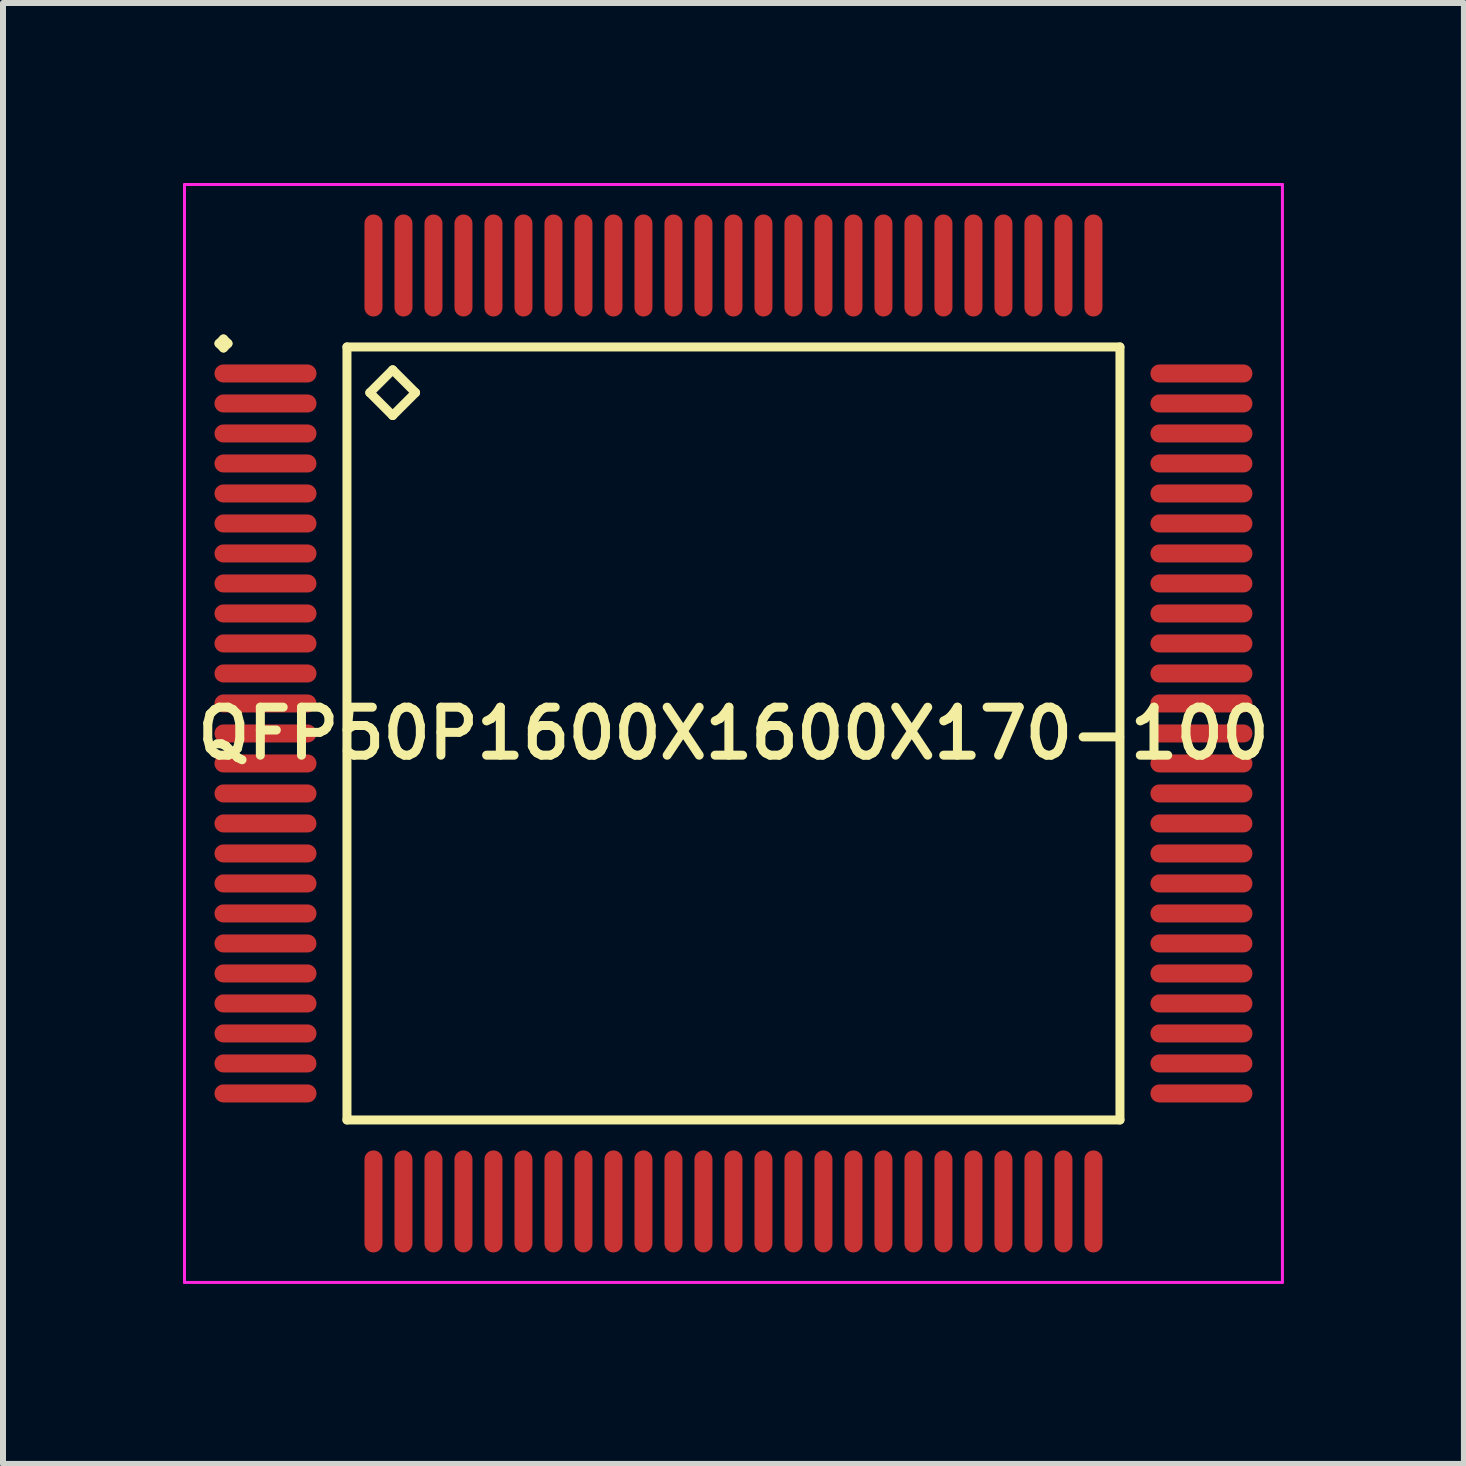
<source format=kicad_pcb>
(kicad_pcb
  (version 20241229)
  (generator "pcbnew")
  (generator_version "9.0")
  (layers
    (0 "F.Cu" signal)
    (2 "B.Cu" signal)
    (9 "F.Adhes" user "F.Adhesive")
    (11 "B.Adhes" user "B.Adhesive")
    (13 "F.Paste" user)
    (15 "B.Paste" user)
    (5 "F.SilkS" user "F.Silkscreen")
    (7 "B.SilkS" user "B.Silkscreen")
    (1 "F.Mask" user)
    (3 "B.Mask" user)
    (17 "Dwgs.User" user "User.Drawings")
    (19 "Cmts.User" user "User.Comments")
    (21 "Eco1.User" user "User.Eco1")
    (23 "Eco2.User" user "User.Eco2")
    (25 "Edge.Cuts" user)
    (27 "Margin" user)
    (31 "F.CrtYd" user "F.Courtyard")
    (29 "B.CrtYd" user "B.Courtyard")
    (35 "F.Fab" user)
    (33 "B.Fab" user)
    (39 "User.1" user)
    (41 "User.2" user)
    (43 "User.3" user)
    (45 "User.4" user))
  (footprint "QFP50P1600X1600X170-100"
    (layer "F.Cu")
    (at 9.175 9.175)
    (property "Reference" "QFP50P1600X1600X170-100" (at 0 0 0) (layer "F.SilkS") (effects (font (size 0.8 0.8) (thickness 0.15))))
    (attr smd)
    (fp_line (start -8.575 -6.5) (end -8.5 -6.575) (stroke (width 0.15) (type solid)) (layer "F.SilkS"))
    (fp_line (start -8.5 -6.575) (end -8.425 -6.5) (stroke (width 0.15) (type solid)) (layer "F.SilkS"))
    (fp_line (start -8.5 -6.425) (end -8.575 -6.5) (stroke (width 0.15) (type solid)) (layer "F.SilkS"))
    (fp_line (start -8.425 -6.5) (end -8.5 -6.425) (stroke (width 0.15) (type solid)) (layer "F.SilkS"))
    (fp_line (start -6.442 -6.442) (end -6.442 6.442) (stroke (width 0.15) (type solid)) (layer "F.SilkS"))
    (fp_line (start -6.442 6.442) (end 6.442 6.442) (stroke (width 0.15) (type solid)) (layer "F.SilkS"))
    (fp_line (start -6.061 -5.68) (end -5.68 -6.061) (stroke (width 0.15) (type solid)) (layer "F.SilkS"))
    (fp_line (start -5.68 -6.061) (end -5.299 -5.68) (stroke (width 0.15) (type solid)) (layer "F.SilkS"))
    (fp_line (start -5.68 -5.299) (end -6.061 -5.68) (stroke (width 0.15) (type solid)) (layer "F.SilkS"))
    (fp_line (start -5.299 -5.68) (end -5.68 -5.299) (stroke (width 0.15) (type solid)) (layer "F.SilkS"))
    (fp_line (start 6.442 -6.442) (end -6.442 -6.442) (stroke (width 0.15) (type solid)) (layer "F.SilkS"))
    (fp_line (start 6.442 6.442) (end 6.442 -6.442) (stroke (width 0.15) (type solid)) (layer "F.SilkS"))
    (fp_line (start -9.15 -9.15) (end 9.15 -9.15) (stroke (width 0.05) (type solid)) (layer "F.CrtYd"))
    (fp_line (start -9.15 9.15) (end -9.15 -9.15) (stroke (width 0.05) (type solid)) (layer "F.CrtYd"))
    (fp_line (start 9.15 -9.15) (end 9.15 9.15) (stroke (width 0.05) (type solid)) (layer "F.CrtYd"))
    (fp_line (start 9.15 9.15) (end -9.15 9.15) (stroke (width 0.05) (type solid)) (layer "F.CrtYd"))
    (pad "1" smd oval (at -7.8 -6) (size 1.7 0.3) (layers "F.Cu" "F.Mask" "F.Paste"))
    (pad "2" smd oval (at -7.8 -5.5) (size 1.7 0.3) (layers "F.Cu" "F.Mask" "F.Paste"))
    (pad "3" smd oval (at -7.8 -5) (size 1.7 0.3) (layers "F.Cu" "F.Mask" "F.Paste"))
    (pad "4" smd oval (at -7.8 -4.5) (size 1.7 0.3) (layers "F.Cu" "F.Mask" "F.Paste"))
    (pad "5" smd oval (at -7.8 -4) (size 1.7 0.3) (layers "F.Cu" "F.Mask" "F.Paste"))
    (pad "6" smd oval (at -7.8 -3.5) (size 1.7 0.3) (layers "F.Cu" "F.Mask" "F.Paste"))
    (pad "7" smd oval (at -7.8 -3) (size 1.7 0.3) (layers "F.Cu" "F.Mask" "F.Paste"))
    (pad "8" smd oval (at -7.8 -2.5) (size 1.7 0.3) (layers "F.Cu" "F.Mask" "F.Paste"))
    (pad "9" smd oval (at -7.8 -2) (size 1.7 0.3) (layers "F.Cu" "F.Mask" "F.Paste"))
    (pad "10" smd oval (at -7.8 -1.5) (size 1.7 0.3) (layers "F.Cu" "F.Mask" "F.Paste"))
    (pad "11" smd oval (at -7.8 -1) (size 1.7 0.3) (layers "F.Cu" "F.Mask" "F.Paste"))
    (pad "12" smd oval (at -7.8 -0.5) (size 1.7 0.3) (layers "F.Cu" "F.Mask" "F.Paste"))
    (pad "13" smd oval (at -7.8 0) (size 1.7 0.3) (layers "F.Cu" "F.Mask" "F.Paste"))
    (pad "14" smd oval (at -7.8 0.5) (size 1.7 0.3) (layers "F.Cu" "F.Mask" "F.Paste"))
    (pad "15" smd oval (at -7.8 1) (size 1.7 0.3) (layers "F.Cu" "F.Mask" "F.Paste"))
    (pad "16" smd oval (at -7.8 1.5) (size 1.7 0.3) (layers "F.Cu" "F.Mask" "F.Paste"))
    (pad "17" smd oval (at -7.8 2) (size 1.7 0.3) (layers "F.Cu" "F.Mask" "F.Paste"))
    (pad "18" smd oval (at -7.8 2.5) (size 1.7 0.3) (layers "F.Cu" "F.Mask" "F.Paste"))
    (pad "19" smd oval (at -7.8 3) (size 1.7 0.3) (layers "F.Cu" "F.Mask" "F.Paste"))
    (pad "20" smd oval (at -7.8 3.5) (size 1.7 0.3) (layers "F.Cu" "F.Mask" "F.Paste"))
    (pad "21" smd oval (at -7.8 4) (size 1.7 0.3) (layers "F.Cu" "F.Mask" "F.Paste"))
    (pad "22" smd oval (at -7.8 4.5) (size 1.7 0.3) (layers "F.Cu" "F.Mask" "F.Paste"))
    (pad "23" smd oval (at -7.8 5) (size 1.7 0.3) (layers "F.Cu" "F.Mask" "F.Paste"))
    (pad "24" smd oval (at -7.8 5.5) (size 1.7 0.3) (layers "F.Cu" "F.Mask" "F.Paste"))
    (pad "25" smd oval (at -7.8 6) (size 1.7 0.3) (layers "F.Cu" "F.Mask" "F.Paste"))
    (pad "26" smd oval (at -6 7.8) (size 0.3 1.7) (layers "F.Cu" "F.Mask" "F.Paste"))
    (pad "27" smd oval (at -5.5 7.8) (size 0.3 1.7) (layers "F.Cu" "F.Mask" "F.Paste"))
    (pad "28" smd oval (at -5 7.8) (size 0.3 1.7) (layers "F.Cu" "F.Mask" "F.Paste"))
    (pad "29" smd oval (at -4.5 7.8) (size 0.3 1.7) (layers "F.Cu" "F.Mask" "F.Paste"))
    (pad "30" smd oval (at -4 7.8) (size 0.3 1.7) (layers "F.Cu" "F.Mask" "F.Paste"))
    (pad "31" smd oval (at -3.5 7.8) (size 0.3 1.7) (layers "F.Cu" "F.Mask" "F.Paste"))
    (pad "32" smd oval (at -3 7.8) (size 0.3 1.7) (layers "F.Cu" "F.Mask" "F.Paste"))
    (pad "33" smd oval (at -2.5 7.8) (size 0.3 1.7) (layers "F.Cu" "F.Mask" "F.Paste"))
    (pad "34" smd oval (at -2 7.8) (size 0.3 1.7) (layers "F.Cu" "F.Mask" "F.Paste"))
    (pad "35" smd oval (at -1.5 7.8) (size 0.3 1.7) (layers "F.Cu" "F.Mask" "F.Paste"))
    (pad "36" smd oval (at -1 7.8) (size 0.3 1.7) (layers "F.Cu" "F.Mask" "F.Paste"))
    (pad "37" smd oval (at -0.5 7.8) (size 0.3 1.7) (layers "F.Cu" "F.Mask" "F.Paste"))
    (pad "38" smd oval (at 0 7.8) (size 0.3 1.7) (layers "F.Cu" "F.Mask" "F.Paste"))
    (pad "39" smd oval (at 0.5 7.8) (size 0.3 1.7) (layers "F.Cu" "F.Mask" "F.Paste"))
    (pad "40" smd oval (at 1 7.8) (size 0.3 1.7) (layers "F.Cu" "F.Mask" "F.Paste"))
    (pad "41" smd oval (at 1.5 7.8) (size 0.3 1.7) (layers "F.Cu" "F.Mask" "F.Paste"))
    (pad "42" smd oval (at 2 7.8) (size 0.3 1.7) (layers "F.Cu" "F.Mask" "F.Paste"))
    (pad "43" smd oval (at 2.5 7.8) (size 0.3 1.7) (layers "F.Cu" "F.Mask" "F.Paste"))
    (pad "44" smd oval (at 3 7.8) (size 0.3 1.7) (layers "F.Cu" "F.Mask" "F.Paste"))
    (pad "45" smd oval (at 3.5 7.8) (size 0.3 1.7) (layers "F.Cu" "F.Mask" "F.Paste"))
    (pad "46" smd oval (at 4 7.8) (size 0.3 1.7) (layers "F.Cu" "F.Mask" "F.Paste"))
    (pad "47" smd oval (at 4.5 7.8) (size 0.3 1.7) (layers "F.Cu" "F.Mask" "F.Paste"))
    (pad "48" smd oval (at 5 7.8) (size 0.3 1.7) (layers "F.Cu" "F.Mask" "F.Paste"))
    (pad "49" smd oval (at 5.5 7.8) (size 0.3 1.7) (layers "F.Cu" "F.Mask" "F.Paste"))
    (pad "50" smd oval (at 6 7.8) (size 0.3 1.7) (layers "F.Cu" "F.Mask" "F.Paste"))
    (pad "51" smd oval (at 7.8 6) (size 1.7 0.3) (layers "F.Cu" "F.Mask" "F.Paste"))
    (pad "52" smd oval (at 7.8 5.5) (size 1.7 0.3) (layers "F.Cu" "F.Mask" "F.Paste"))
    (pad "53" smd oval (at 7.8 5) (size 1.7 0.3) (layers "F.Cu" "F.Mask" "F.Paste"))
    (pad "54" smd oval (at 7.8 4.5) (size 1.7 0.3) (layers "F.Cu" "F.Mask" "F.Paste"))
    (pad "55" smd oval (at 7.8 4) (size 1.7 0.3) (layers "F.Cu" "F.Mask" "F.Paste"))
    (pad "56" smd oval (at 7.8 3.5) (size 1.7 0.3) (layers "F.Cu" "F.Mask" "F.Paste"))
    (pad "57" smd oval (at 7.8 3) (size 1.7 0.3) (layers "F.Cu" "F.Mask" "F.Paste"))
    (pad "58" smd oval (at 7.8 2.5) (size 1.7 0.3) (layers "F.Cu" "F.Mask" "F.Paste"))
    (pad "59" smd oval (at 7.8 2) (size 1.7 0.3) (layers "F.Cu" "F.Mask" "F.Paste"))
    (pad "60" smd oval (at 7.8 1.5) (size 1.7 0.3) (layers "F.Cu" "F.Mask" "F.Paste"))
    (pad "61" smd oval (at 7.8 1) (size 1.7 0.3) (layers "F.Cu" "F.Mask" "F.Paste"))
    (pad "62" smd oval (at 7.8 0.5) (size 1.7 0.3) (layers "F.Cu" "F.Mask" "F.Paste"))
    (pad "63" smd oval (at 7.8 0) (size 1.7 0.3) (layers "F.Cu" "F.Mask" "F.Paste"))
    (pad "64" smd oval (at 7.8 -0.5) (size 1.7 0.3) (layers "F.Cu" "F.Mask" "F.Paste"))
    (pad "65" smd oval (at 7.8 -1) (size 1.7 0.3) (layers "F.Cu" "F.Mask" "F.Paste"))
    (pad "66" smd oval (at 7.8 -1.5) (size 1.7 0.3) (layers "F.Cu" "F.Mask" "F.Paste"))
    (pad "67" smd oval (at 7.8 -2) (size 1.7 0.3) (layers "F.Cu" "F.Mask" "F.Paste"))
    (pad "68" smd oval (at 7.8 -2.5) (size 1.7 0.3) (layers "F.Cu" "F.Mask" "F.Paste"))
    (pad "69" smd oval (at 7.8 -3) (size 1.7 0.3) (layers "F.Cu" "F.Mask" "F.Paste"))
    (pad "70" smd oval (at 7.8 -3.5) (size 1.7 0.3) (layers "F.Cu" "F.Mask" "F.Paste"))
    (pad "71" smd oval (at 7.8 -4) (size 1.7 0.3) (layers "F.Cu" "F.Mask" "F.Paste"))
    (pad "72" smd oval (at 7.8 -4.5) (size 1.7 0.3) (layers "F.Cu" "F.Mask" "F.Paste"))
    (pad "73" smd oval (at 7.8 -5) (size 1.7 0.3) (layers "F.Cu" "F.Mask" "F.Paste"))
    (pad "74" smd oval (at 7.8 -5.5) (size 1.7 0.3) (layers "F.Cu" "F.Mask" "F.Paste"))
    (pad "75" smd oval (at 7.8 -6) (size 1.7 0.3) (layers "F.Cu" "F.Mask" "F.Paste"))
    (pad "76" smd oval (at 6 -7.8) (size 0.3 1.7) (layers "F.Cu" "F.Mask" "F.Paste"))
    (pad "77" smd oval (at 5.5 -7.8) (size 0.3 1.7) (layers "F.Cu" "F.Mask" "F.Paste"))
    (pad "78" smd oval (at 5 -7.8) (size 0.3 1.7) (layers "F.Cu" "F.Mask" "F.Paste"))
    (pad "79" smd oval (at 4.5 -7.8) (size 0.3 1.7) (layers "F.Cu" "F.Mask" "F.Paste"))
    (pad "80" smd oval (at 4 -7.8) (size 0.3 1.7) (layers "F.Cu" "F.Mask" "F.Paste"))
    (pad "81" smd oval (at 3.5 -7.8) (size 0.3 1.7) (layers "F.Cu" "F.Mask" "F.Paste"))
    (pad "82" smd oval (at 3 -7.8) (size 0.3 1.7) (layers "F.Cu" "F.Mask" "F.Paste"))
    (pad "83" smd oval (at 2.5 -7.8) (size 0.3 1.7) (layers "F.Cu" "F.Mask" "F.Paste"))
    (pad "84" smd oval (at 2 -7.8) (size 0.3 1.7) (layers "F.Cu" "F.Mask" "F.Paste"))
    (pad "85" smd oval (at 1.5 -7.8) (size 0.3 1.7) (layers "F.Cu" "F.Mask" "F.Paste"))
    (pad "86" smd oval (at 1 -7.8) (size 0.3 1.7) (layers "F.Cu" "F.Mask" "F.Paste"))
    (pad "87" smd oval (at 0.5 -7.8) (size 0.3 1.7) (layers "F.Cu" "F.Mask" "F.Paste"))
    (pad "88" smd oval (at 0 -7.8) (size 0.3 1.7) (layers "F.Cu" "F.Mask" "F.Paste"))
    (pad "89" smd oval (at -0.5 -7.8) (size 0.3 1.7) (layers "F.Cu" "F.Mask" "F.Paste"))
    (pad "90" smd oval (at -1 -7.8) (size 0.3 1.7) (layers "F.Cu" "F.Mask" "F.Paste"))
    (pad "91" smd oval (at -1.5 -7.8) (size 0.3 1.7) (layers "F.Cu" "F.Mask" "F.Paste"))
    (pad "92" smd oval (at -2 -7.8) (size 0.3 1.7) (layers "F.Cu" "F.Mask" "F.Paste"))
    (pad "93" smd oval (at -2.5 -7.8) (size 0.3 1.7) (layers "F.Cu" "F.Mask" "F.Paste"))
    (pad "94" smd oval (at -3 -7.8) (size 0.3 1.7) (layers "F.Cu" "F.Mask" "F.Paste"))
    (pad "95" smd oval (at -3.5 -7.8) (size 0.3 1.7) (layers "F.Cu" "F.Mask" "F.Paste"))
    (pad "96" smd oval (at -4 -7.8) (size 0.3 1.7) (layers "F.Cu" "F.Mask" "F.Paste"))
    (pad "97" smd oval (at -4.5 -7.8) (size 0.3 1.7) (layers "F.Cu" "F.Mask" "F.Paste"))
    (pad "98" smd oval (at -5 -7.8) (size 0.3 1.7) (layers "F.Cu" "F.Mask" "F.Paste"))
    (pad "99" smd oval (at -5.5 -7.8) (size 0.3 1.7) (layers "F.Cu" "F.Mask" "F.Paste"))
    (pad "100" smd oval (at -6 -7.8) (size 0.3 1.7) (layers "F.Cu" "F.Mask" "F.Paste")))
  (gr_rect
    (start -3 -3)
    (end 21.35 21.35)
    (stroke (width 0.1) (type default))
    (fill no)
    (layer "Edge.Cuts")))
</source>
